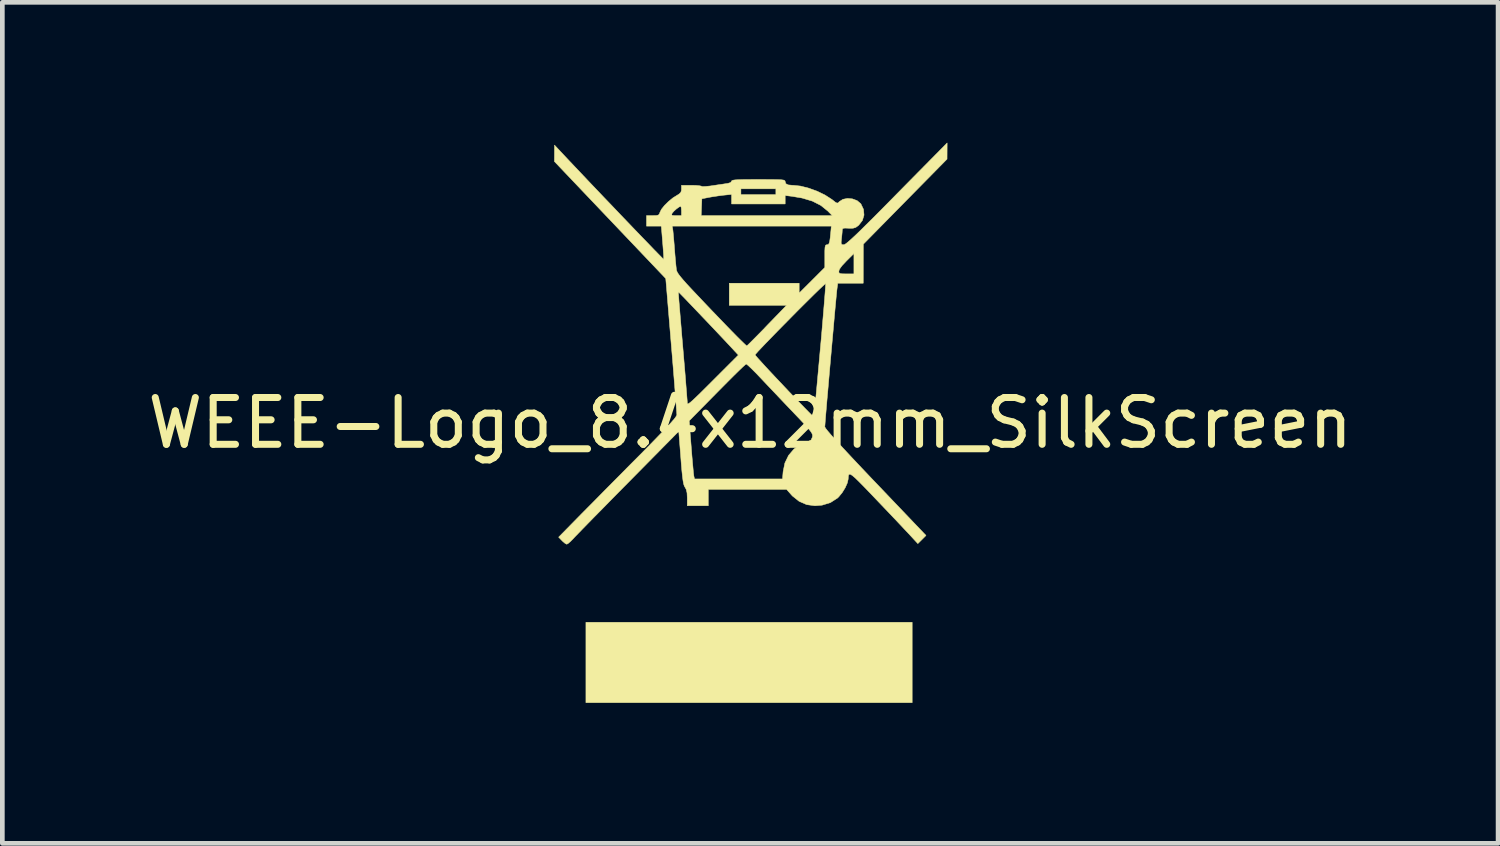
<source format=kicad_pcb>
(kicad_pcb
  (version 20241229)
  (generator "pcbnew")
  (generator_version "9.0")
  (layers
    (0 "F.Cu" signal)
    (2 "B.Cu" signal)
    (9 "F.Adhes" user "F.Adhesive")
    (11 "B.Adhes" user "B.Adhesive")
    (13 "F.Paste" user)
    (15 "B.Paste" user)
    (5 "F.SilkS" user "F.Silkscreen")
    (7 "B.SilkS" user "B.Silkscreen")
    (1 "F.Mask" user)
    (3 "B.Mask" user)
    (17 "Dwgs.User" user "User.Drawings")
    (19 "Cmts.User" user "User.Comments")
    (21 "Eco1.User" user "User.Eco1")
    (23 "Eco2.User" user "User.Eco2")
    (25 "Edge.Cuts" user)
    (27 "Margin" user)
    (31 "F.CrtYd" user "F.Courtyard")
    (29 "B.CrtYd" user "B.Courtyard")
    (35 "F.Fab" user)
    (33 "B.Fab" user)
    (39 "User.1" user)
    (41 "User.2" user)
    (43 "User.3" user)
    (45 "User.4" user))
  (footprint "WEEE-Logo_8.4x12mm_SilkScreen"
    (layer "F.Cu")
    (at 12.982 5.99)
    (property "Reference" "WEEE-Logo_8.4x12mm_SilkScreen" (at 0 0 0) (layer "F.SilkS") (effects (font (size 1 1) (thickness 0.15))))
    (attr exclude_from_pos_files exclude_from_bom)
    (fp_poly (pts (xy 3.461 5.976) (xy -3.511 5.976) (xy -3.511 4.258) (xy 3.461 4.258) (xy 3.461 5.976)) (stroke (width 0.01) (type solid)) (fill yes) (layer "F.SilkS"))
    (fp_poly (pts (xy 4.207 -5.813) (xy 4.206 -5.64) (xy 3.311 -4.731) (xy 2.417 -3.822) (xy 2.415 -2.988) (xy 1.871 -2.988) (xy 1.857 -2.882) (xy 1.851 -2.834) (xy 1.842 -2.743) (xy 1.83 -2.615) (xy 1.815 -2.456) (xy 1.798 -2.269) (xy 1.78 -2.062) (xy 1.76 -1.84) (xy 1.739 -1.607) (xy 1.718 -1.37) (xy 1.697 -1.133) (xy 1.677 -0.903) (xy 1.658 -0.684) (xy 1.64 -0.482) (xy 1.625 -0.303) (xy 1.612 -0.151) (xy 1.603 -0.033) (xy 1.597 0.047) (xy 1.594 0.082) (xy 1.594 0.082) (xy 1.61 0.111) (xy 1.656 0.17) (xy 1.733 0.26) (xy 1.842 0.381) (xy 1.983 0.535) (xy 2.157 0.722) (xy 2.365 0.943) (xy 2.608 1.199) (xy 2.676 1.27) (xy 3.757 2.403) (xy 3.67 2.49) (xy 3.582 2.577) (xy 3.441 2.424) (xy 3.389 2.368) (xy 3.308 2.282) (xy 3.204 2.171) (xy 3.081 2.041) (xy 2.945 1.898) (xy 2.801 1.747) (xy 2.715 1.657) (xy 2.554 1.488) (xy 2.423 1.352) (xy 2.32 1.248) (xy 2.242 1.172) (xy 2.184 1.123) (xy 2.144 1.097) (xy 2.118 1.093) (xy 2.104 1.108) (xy 2.097 1.139) (xy 2.094 1.184) (xy 2.094 1.197) (xy 2.075 1.281) (xy 2.029 1.384) (xy 1.965 1.488) (xy 1.892 1.577) (xy 1.863 1.605) (xy 1.713 1.701) (xy 1.537 1.755) (xy 1.383 1.768) (xy 1.207 1.744) (xy 1.045 1.673) (xy 0.901 1.558) (xy 0.875 1.529) (xy 0.778 1.419) (xy -0.896 1.419) (xy -0.896 1.768) (xy -1.345 1.768) (xy -1.345 1.605) (xy -1.35 1.494) (xy -1.369 1.417) (xy -1.392 1.375) (xy -1.409 1.345) (xy -1.423 1.301) (xy -1.435 1.238) (xy -1.447 1.148) (xy -1.46 1.025) (xy -1.474 0.863) (xy -1.483 0.742) (xy -1.527 0.177) (xy -2.601 1.265) (xy -2.796 1.462) (xy -2.982 1.651) (xy -3.157 1.83) (xy -3.318 1.993) (xy -3.461 2.139) (xy -3.582 2.263) (xy -3.678 2.362) (xy -3.747 2.433) (xy -3.783 2.472) (xy -3.843 2.533) (xy -3.894 2.576) (xy -3.921 2.59) (xy -3.955 2.573) (xy -4.005 2.531) (xy -4.022 2.514) (xy -4.094 2.439) (xy -3.697 2.035) (xy -3.596 1.932) (xy -3.465 1.8) (xy -3.31 1.644) (xy -3.138 1.469) (xy -2.954 1.283) (xy -2.763 1.091) (xy -2.572 0.897) (xy -2.434 0.759) (xy -2.225 0.548) (xy -2.05 0.369) (xy -1.906 0.22) (xy -1.79 0.099) (xy -1.702 0.003) (xy -1.658 -0.047) (xy -1.305 -0.047) (xy -1.26 0.518) (xy -1.247 0.684) (xy -1.234 0.835) (xy -1.222 0.965) (xy -1.213 1.064) (xy -1.205 1.126) (xy -1.203 1.139) (xy -1.19 1.195) (xy 0.69 1.195) (xy 0.703 1.039) (xy 0.741 0.854) (xy 0.82 0.691) (xy 0.936 0.555) (xy 1.083 0.452) (xy 1.248 0.39) (xy 1.302 0.361) (xy 1.329 0.299) (xy 1.329 0.296) (xy 1.332 0.27) (xy 1.328 0.243) (xy 1.313 0.21) (xy 1.283 0.167) (xy 1.234 0.108) (xy 1.163 0.029) (xy 1.065 -0.076) (xy 0.936 -0.211) (xy 0.928 -0.22) (xy 0.789 -0.365) (xy 0.642 -0.52) (xy 0.496 -0.674) (xy 0.362 -0.815) (xy 0.249 -0.935) (xy 0.224 -0.961) (xy 0.128 -1.062) (xy 0.042 -1.148) (xy -0.027 -1.214) (xy -0.072 -1.253) (xy -0.087 -1.261) (xy -0.11 -1.243) (xy -0.164 -1.194) (xy -0.244 -1.117) (xy -0.346 -1.017) (xy -0.466 -0.897) (xy -0.599 -0.763) (xy -0.709 -0.652) (xy -1.305 -0.047) (xy -1.658 -0.047) (xy -1.637 -0.07) (xy -1.595 -0.124) (xy -1.573 -0.159) (xy -1.568 -0.175) (xy -1.57 -0.211) (xy -1.576 -0.291) (xy -1.585 -0.412) (xy -1.597 -0.569) (xy -1.612 -0.757) (xy -1.629 -0.971) (xy -1.648 -1.207) (xy -1.669 -1.46) (xy -1.686 -1.662) (xy -1.781 -2.803) (xy -1.536 -2.803) (xy -1.535 -2.778) (xy -1.53 -2.709) (xy -1.522 -2.6) (xy -1.51 -2.456) (xy -1.496 -2.282) (xy -1.479 -2.083) (xy -1.461 -1.863) (xy -1.443 -1.655) (xy -1.423 -1.419) (xy -1.404 -1.196) (xy -1.387 -0.992) (xy -1.373 -0.811) (xy -1.361 -0.66) (xy -1.352 -0.543) (xy -1.346 -0.466) (xy -1.345 -0.436) (xy -1.343 -0.417) (xy -1.333 -0.41) (xy -1.314 -0.417) (xy -1.28 -0.441) (xy -1.228 -0.486) (xy -1.156 -0.554) (xy -1.058 -0.649) (xy -0.932 -0.774) (xy -0.799 -0.907) (xy -0.253 -1.453) (xy -0.257 -1.457) (xy 0.104 -1.457) (xy 0.121 -1.434) (xy 0.167 -1.381) (xy 0.238 -1.303) (xy 0.329 -1.203) (xy 0.436 -1.088) (xy 0.555 -0.961) (xy 0.68 -0.829) (xy 0.806 -0.695) (xy 0.93 -0.565) (xy 1.047 -0.443) (xy 1.152 -0.335) (xy 1.24 -0.245) (xy 1.307 -0.178) (xy 1.348 -0.139) (xy 1.36 -0.131) (xy 1.363 -0.157) (xy 1.371 -0.227) (xy 1.382 -0.339) (xy 1.397 -0.487) (xy 1.414 -0.667) (xy 1.433 -0.874) (xy 1.454 -1.104) (xy 1.477 -1.353) (xy 1.495 -1.553) (xy 1.519 -1.813) (xy 1.54 -2.059) (xy 1.559 -2.284) (xy 1.576 -2.486) (xy 1.59 -2.659) (xy 1.601 -2.799) (xy 1.608 -2.902) (xy 1.612 -2.963) (xy 1.611 -2.979) (xy 1.592 -2.965) (xy 1.542 -2.919) (xy 1.466 -2.847) (xy 1.368 -2.752) (xy 1.254 -2.639) (xy 1.126 -2.512) (xy 0.99 -2.376) (xy 0.85 -2.234) (xy 0.711 -2.093) (xy 0.575 -1.955) (xy 0.449 -1.825) (xy 0.336 -1.709) (xy 0.241 -1.609) (xy 0.167 -1.531) (xy 0.121 -1.479) (xy 0.104 -1.457) (xy -0.257 -1.457) (xy -0.456 -1.671) (xy -0.56 -1.782) (xy -0.676 -1.905) (xy -0.801 -2.037) (xy -0.929 -2.172) (xy -1.056 -2.305) (xy -1.177 -2.432) (xy -1.288 -2.548) (xy -1.383 -2.648) (xy -1.46 -2.727) (xy -1.512 -2.78) (xy -1.536 -2.802) (xy -1.536 -2.803) (xy -1.781 -2.803) (xy -1.805 -3.088) (xy -4.184 -5.589) (xy -4.182 -5.939) (xy -3.99 -5.734) (xy -3.882 -5.619) (xy -3.755 -5.485) (xy -3.612 -5.334) (xy -3.457 -5.17) (xy -3.292 -4.997) (xy -3.122 -4.818) (xy -2.949 -4.638) (xy -2.778 -4.458) (xy -2.611 -4.284) (xy -2.452 -4.118) (xy -2.304 -3.964) (xy -2.171 -3.827) (xy -2.057 -3.708) (xy -1.964 -3.613) (xy -1.896 -3.544) (xy -1.857 -3.505) (xy -1.848 -3.497) (xy -1.848 -3.523) (xy -1.851 -3.59) (xy -1.858 -3.688) (xy -1.867 -3.808) (xy -1.871 -3.856) (xy -1.9 -4.208) (xy -1.669 -4.208) (xy -1.657 -4.152) (xy -1.651 -4.108) (xy -1.643 -4.025) (xy -1.633 -3.913) (xy -1.622 -3.783) (xy -1.619 -3.735) (xy -1.608 -3.598) (xy -1.597 -3.47) (xy -1.587 -3.364) (xy -1.579 -3.292) (xy -1.578 -3.279) (xy -1.571 -3.252) (xy -1.557 -3.22) (xy -1.532 -3.181) (xy -1.493 -3.13) (xy -1.437 -3.063) (xy -1.362 -2.978) (xy -1.263 -2.871) (xy -1.138 -2.739) (xy -0.985 -2.577) (xy -0.828 -2.412) (xy -0.672 -2.25) (xy -0.527 -2.099) (xy -0.396 -1.964) (xy -0.282 -1.848) (xy -0.189 -1.756) (xy -0.121 -1.69) (xy -0.082 -1.654) (xy -0.074 -1.649) (xy -0.051 -1.668) (xy 0.000058 -1.718) (xy 0.076 -1.794) (xy 0.172 -1.891) (xy 0.282 -2.003) (xy 0.361 -2.086) (xy 0.777 -2.515) (xy -0.448 -2.515) (xy -0.448 -2.988) (xy 1.046 -2.988) (xy 1.046 -2.777) (xy 1.32 -3.05) (xy 1.514 -3.244) (xy 1.893 -3.244) (xy 1.896 -3.214) (xy 1.914 -3.197) (xy 1.959 -3.189) (xy 2.04 -3.187) (xy 2.054 -3.187) (xy 2.216 -3.187) (xy 2.216 -3.622) (xy 2.054 -3.461) (xy 1.963 -3.364) (xy 1.908 -3.289) (xy 1.893 -3.244) (xy 1.514 -3.244) (xy 1.594 -3.324) (xy 1.594 -3.567) (xy 1.594 -3.679) (xy 1.598 -3.75) (xy 1.606 -3.789) (xy 1.62 -3.806) (xy 1.642 -3.81) (xy 1.666 -3.815) (xy 1.684 -3.836) (xy 1.698 -3.881) (xy 1.709 -3.957) (xy 1.721 -4.073) (xy 1.725 -4.115) (xy 1.733 -4.208) (xy -1.669 -4.208) (xy -1.9 -4.208) (xy -2.216 -4.208) (xy -2.216 -4.433) (xy -2.082 -4.433) (xy -2.003 -4.435) (xy -1.961 -4.445) (xy -1.956 -4.451) (xy -1.681 -4.451) (xy -1.666 -4.437) (xy -1.616 -4.433) (xy -1.582 -4.433) (xy -1.469 -4.433) (xy -1.048 -4.433) (xy 1.753 -4.433) (xy 1.658 -4.53) (xy 1.511 -4.649) (xy 1.329 -4.742) (xy 1.109 -4.808) (xy 0.89 -4.845) (xy 0.747 -4.862) (xy 0.747 -4.682) (xy -0.398 -4.682) (xy -0.398 -4.886) (xy -0.567 -4.869) (xy -0.684 -4.854) (xy -0.809 -4.835) (xy -0.884 -4.822) (xy -1.033 -4.792) (xy -1.041 -4.612) (xy -1.048 -4.433) (xy -1.469 -4.433) (xy -1.469 -4.532) (xy -1.473 -4.595) (xy -1.481 -4.629) (xy -1.484 -4.632) (xy -1.521 -4.616) (xy -1.575 -4.577) (xy -1.629 -4.529) (xy -1.666 -4.486) (xy -1.669 -4.481) (xy -1.681 -4.451) (xy -1.956 -4.451) (xy -1.94 -4.47) (xy -1.932 -4.496) (xy -1.898 -4.566) (xy -1.832 -4.649) (xy -1.746 -4.734) (xy -1.652 -4.811) (xy -1.59 -4.85) (xy -1.519 -4.894) (xy -1.483 -4.93) (xy -1.47 -4.973) (xy -1.469 -4.999) (xy -1.469 -5.005) (xy -0.199 -5.005) (xy -0.199 -4.881) (xy 0.548 -4.881) (xy 0.548 -5.005) (xy -0.199 -5.005) (xy -1.469 -5.005) (xy -1.469 -5.08) (xy -1.26 -5.08) (xy -1.163 -5.078) (xy -1.088 -5.071) (xy -1.046 -5.063) (xy -1.042 -5.059) (xy -1.015 -5.053) (xy -0.951 -5.056) (xy -0.859 -5.065) (xy -0.797 -5.074) (xy -0.684 -5.091) (xy -0.58 -5.106) (xy -0.502 -5.118) (xy -0.479 -5.121) (xy -0.42 -5.139) (xy -0.398 -5.168) (xy -0.392 -5.18) (xy -0.369 -5.189) (xy -0.323 -5.196) (xy -0.25 -5.2) (xy -0.143 -5.203) (xy 0.003 -5.204) (xy 0.174 -5.205) (xy 0.358 -5.204) (xy 0.497 -5.203) (xy 0.598 -5.201) (xy 0.668 -5.198) (xy 0.712 -5.192) (xy 0.735 -5.183) (xy 0.745 -5.171) (xy 0.747 -5.157) (xy 0.762 -5.114) (xy 0.812 -5.089) (xy 0.903 -5.08) (xy 0.919 -5.08) (xy 1.073 -5.064) (xy 1.248 -5.02) (xy 1.428 -4.955) (xy 1.597 -4.873) (xy 1.74 -4.781) (xy 1.759 -4.767) (xy 1.819 -4.719) (xy 1.855 -4.7) (xy 1.88 -4.706) (xy 1.905 -4.732) (xy 1.981 -4.781) (xy 2.079 -4.8) (xy 2.185 -4.79) (xy 2.284 -4.753) (xy 2.359 -4.69) (xy 2.365 -4.683) (xy 2.421 -4.566) (xy 2.432 -4.444) (xy 2.397 -4.328) (xy 2.319 -4.228) (xy 2.31 -4.22) (xy 2.255 -4.18) (xy 2.198 -4.163) (xy 2.12 -4.162) (xy 2.1 -4.163) (xy 2.023 -4.166) (xy 1.983 -4.159) (xy 1.968 -4.14) (xy 1.967 -4.121) (xy 1.964 -4.068) (xy 1.956 -3.988) (xy 1.951 -3.941) (xy 1.943 -3.865) (xy 1.947 -3.826) (xy 1.965 -3.812) (xy 1.999 -3.81) (xy 2.019 -3.816) (xy 2.051 -3.837) (xy 2.098 -3.875) (xy 2.161 -3.931) (xy 2.244 -4.008) (xy 2.349 -4.109) (xy 2.477 -4.236) (xy 2.633 -4.39) (xy 2.817 -4.575) (xy 3.032 -4.793) (xy 3.135 -4.898) (xy 4.208 -5.985) (xy 4.207 -5.813)) (stroke (width 0.01) (type solid)) (fill yes) (layer "F.SilkS")))
  (gr_rect
    (start -3 -3)
    (end 28.964 14.972)
    (stroke (width 0.1) (type default))
    (fill no)
    (layer "Edge.Cuts")))
</source>
